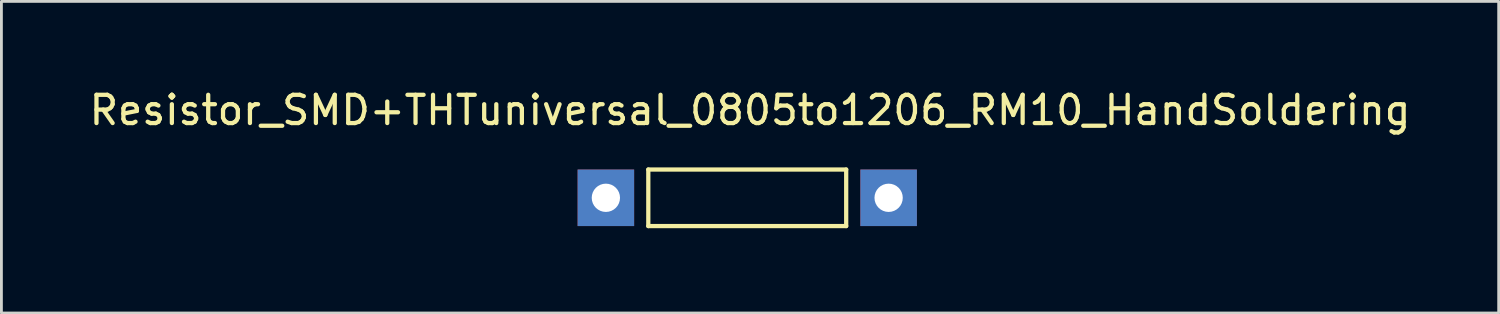
<source format=kicad_pcb>
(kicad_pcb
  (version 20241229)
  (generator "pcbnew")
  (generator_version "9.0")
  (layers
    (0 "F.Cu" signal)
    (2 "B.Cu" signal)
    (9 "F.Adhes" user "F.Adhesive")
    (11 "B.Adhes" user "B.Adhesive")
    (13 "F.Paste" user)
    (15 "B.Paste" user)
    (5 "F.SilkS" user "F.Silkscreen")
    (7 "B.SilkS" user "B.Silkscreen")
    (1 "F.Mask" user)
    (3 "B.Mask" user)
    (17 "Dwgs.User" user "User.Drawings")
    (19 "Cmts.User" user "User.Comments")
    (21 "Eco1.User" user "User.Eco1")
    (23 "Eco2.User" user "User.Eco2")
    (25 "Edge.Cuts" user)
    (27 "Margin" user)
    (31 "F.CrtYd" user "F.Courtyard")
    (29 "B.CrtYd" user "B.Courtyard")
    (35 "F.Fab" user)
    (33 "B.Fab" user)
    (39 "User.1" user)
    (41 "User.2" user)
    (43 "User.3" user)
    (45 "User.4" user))
  (footprint "Resistor_SMD+THTuniversal_0805to1206_RM10_HandSoldering"
    (layer "F.Cu")
    (at 23.383 3.947)
    (property "Reference" "Resistor_SMD+THTuniversal_0805to1206_RM10_HandSoldering" (at 0.099 -3.099 0) (layer "F.SilkS") (effects (font (size 1 1) (thickness 0.15))))
    (attr through_hole)
    (fp_line (start -3.5 -1) (end 3.5 -1) (stroke (width 0.15) (type solid)) (layer "F.SilkS"))
    (fp_line (start -3.5 1) (end -3.5 -1) (stroke (width 0.15) (type solid)) (layer "F.SilkS"))
    (fp_line (start 3.5 -1) (end 3.5 1) (stroke (width 0.15) (type solid)) (layer "F.SilkS"))
    (fp_line (start 3.5 1) (end -3.5 1) (stroke (width 0.15) (type solid)) (layer "F.SilkS"))
    (pad "1" thru_hole rect (at -5.001 0 180) (size 1.999 1.999) (drill 1.001) (layers "*.Cu" "*.Mask"))
    (pad "2" thru_hole rect (at 5.001 0 180) (size 1.999 1.999) (drill 1.001) (layers "*.Cu" "*.Mask")))
  (gr_rect
    (start -3 -3)
    (end 49.964 8.022)
    (stroke (width 0.1) (type default))
    (fill no)
    (layer "Edge.Cuts")))
</source>
